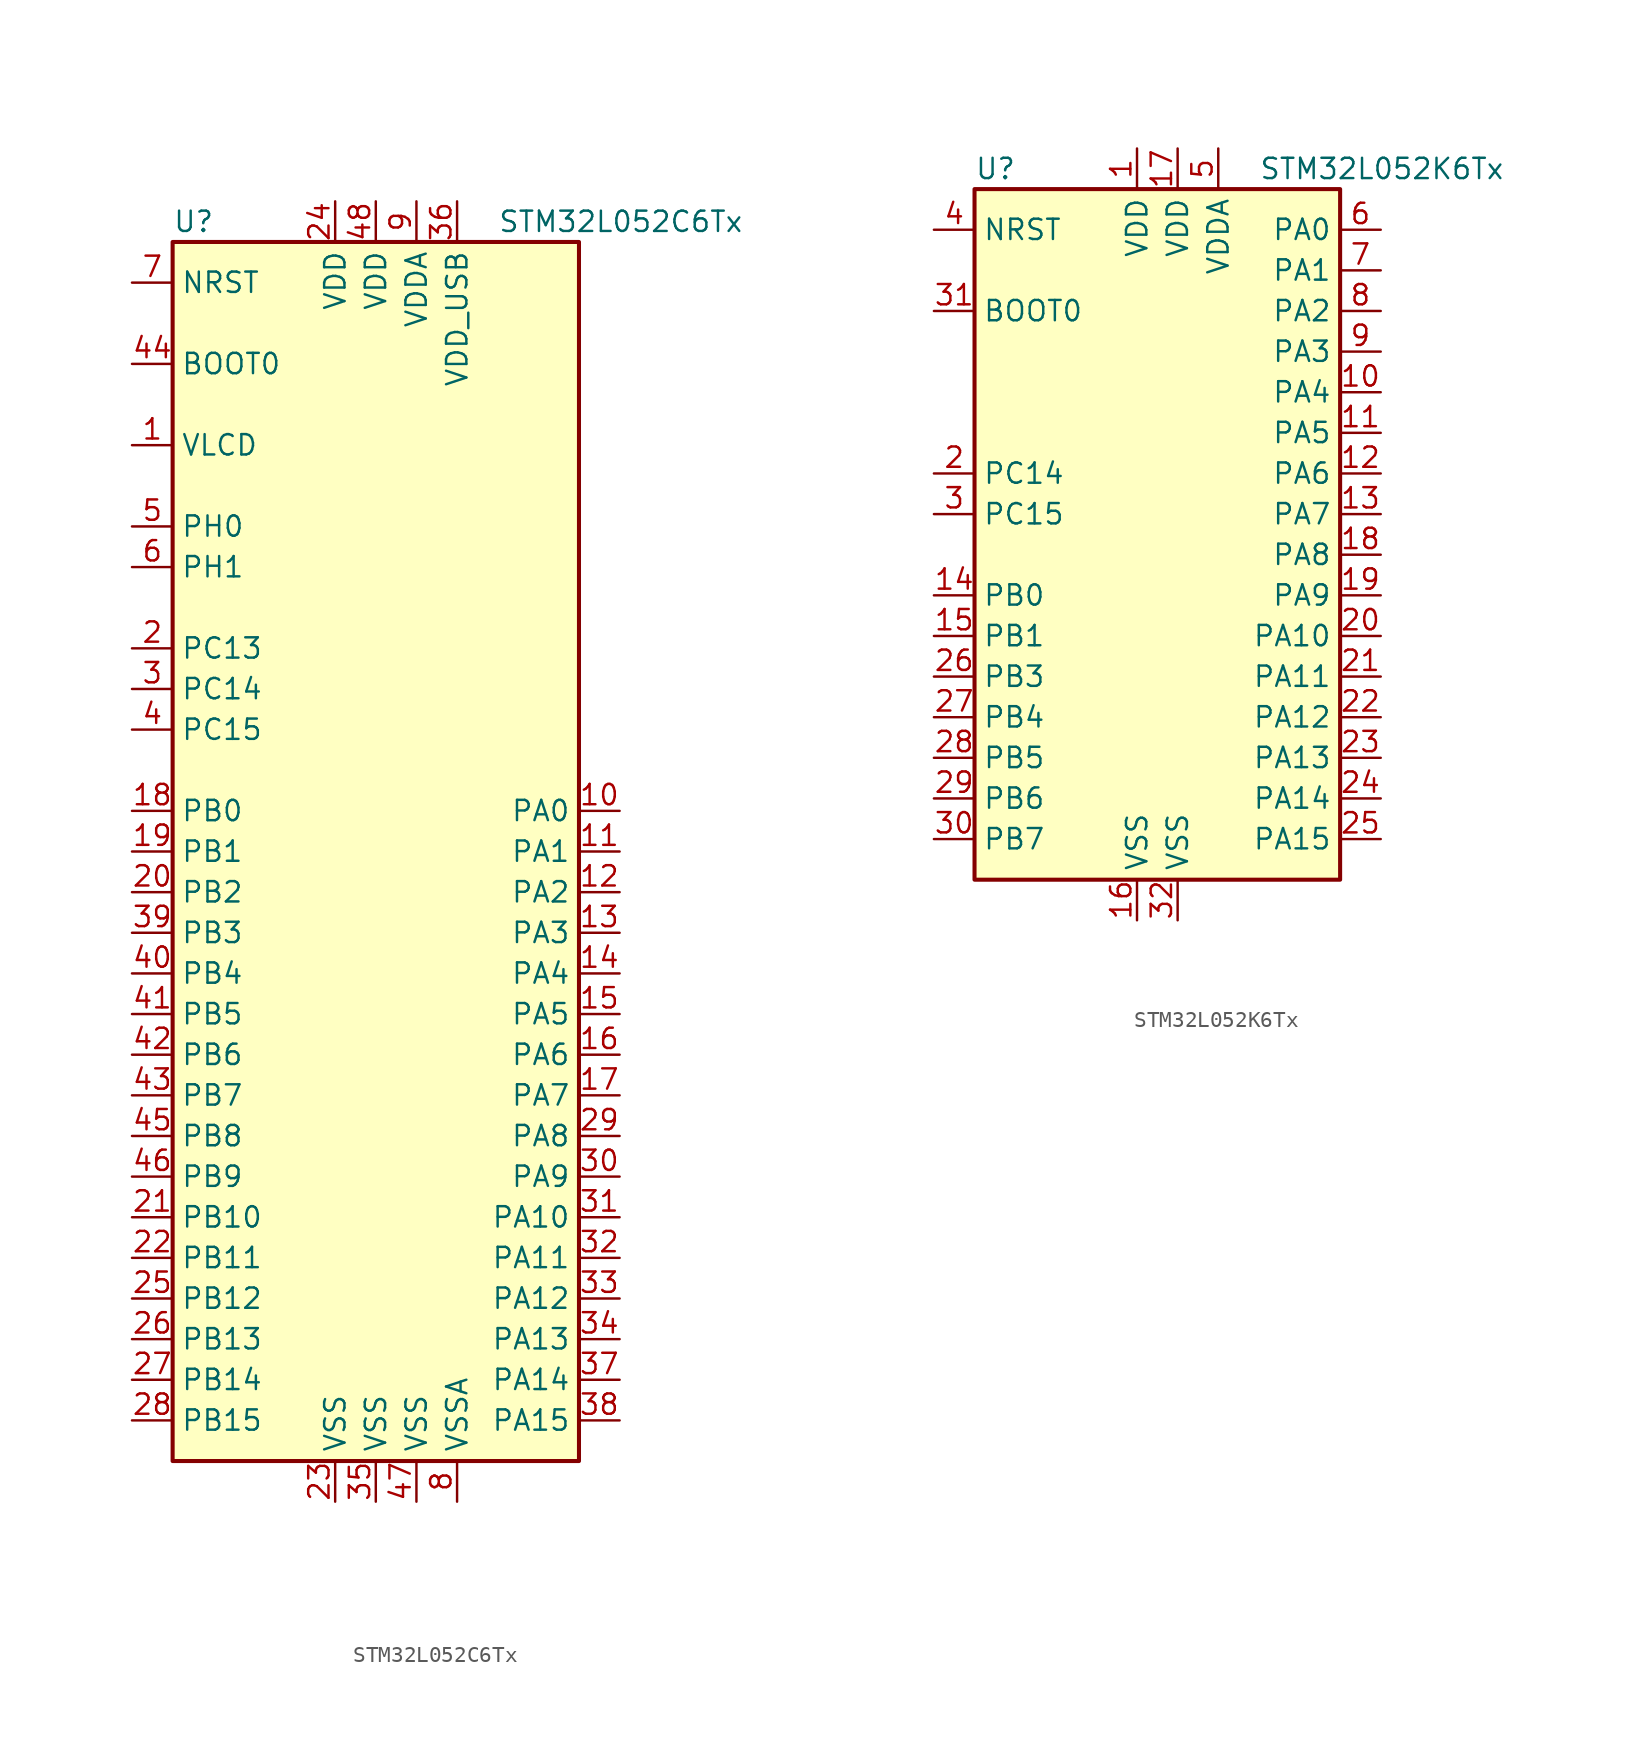
<source format=kicad_sym>
(kicad_symbol_lib
  (version 20211014)
  (generator kicad_symbol_editor)
  (symbol "STM32L052C6Tx"
    (property "Reference" "U"
      (at -12.7 39.37 0)
      (effects (font (size 1.27 1.27)) (justify left)))
    (property "Value" "STM32L052C6Tx"
      (at 7.62 39.37 0)
      (effects (font (size 1.27 1.27)) (justify left)))
    (symbol "STM32L052C6Tx_0_1"
      (rectangle (start -12.7 -38.1) (end 12.7 38.1) (stroke (width 0.254) (type default) (color 0 0 0 0)) (fill (type background))))
    (symbol "STM32L052C6Tx_1_1"
      (pin power_in line (at -15.24 25.4 0) (length 2.54) (name "VLCD" (effects (font (size 1.27 1.27)))) (number "1" (effects (font (size 1.27 1.27)))))
      (pin bidirectional line (at 15.24 2.54 180) (length 2.54) (name "PA0" (effects (font (size 1.27 1.27)))) (number "10" (effects (font (size 1.27 1.27)))))
      (pin bidirectional line (at 15.24 0 180) (length 2.54) (name "PA1" (effects (font (size 1.27 1.27)))) (number "11" (effects (font (size 1.27 1.27)))))
      (pin bidirectional line (at 15.24 -2.54 180) (length 2.54) (name "PA2" (effects (font (size 1.27 1.27)))) (number "12" (effects (font (size 1.27 1.27)))))
      (pin bidirectional line (at 15.24 -5.08 180) (length 2.54) (name "PA3" (effects (font (size 1.27 1.27)))) (number "13" (effects (font (size 1.27 1.27)))))
      (pin bidirectional line (at 15.24 -7.62 180) (length 2.54) (name "PA4" (effects (font (size 1.27 1.27)))) (number "14" (effects (font (size 1.27 1.27)))))
      (pin bidirectional line (at 15.24 -10.16 180) (length 2.54) (name "PA5" (effects (font (size 1.27 1.27)))) (number "15" (effects (font (size 1.27 1.27)))))
      (pin bidirectional line (at 15.24 -12.7 180) (length 2.54) (name "PA6" (effects (font (size 1.27 1.27)))) (number "16" (effects (font (size 1.27 1.27)))))
      (pin bidirectional line (at 15.24 -15.24 180) (length 2.54) (name "PA7" (effects (font (size 1.27 1.27)))) (number "17" (effects (font (size 1.27 1.27)))))
      (pin bidirectional line (at -15.24 2.54 0) (length 2.54) (name "PB0" (effects (font (size 1.27 1.27)))) (number "18" (effects (font (size 1.27 1.27)))))
      (pin bidirectional line (at -15.24 0 0) (length 2.54) (name "PB1" (effects (font (size 1.27 1.27)))) (number "19" (effects (font (size 1.27 1.27)))))
      (pin bidirectional line (at -15.24 12.7 0) (length 2.54) (name "PC13" (effects (font (size 1.27 1.27)))) (number "2" (effects (font (size 1.27 1.27)))))
      (pin bidirectional line (at -15.24 -2.54 0) (length 2.54) (name "PB2" (effects (font (size 1.27 1.27)))) (number "20" (effects (font (size 1.27 1.27)))))
      (pin bidirectional line (at -15.24 -22.86 0) (length 2.54) (name "PB10" (effects (font (size 1.27 1.27)))) (number "21" (effects (font (size 1.27 1.27)))))
      (pin bidirectional line (at -15.24 -25.4 0) (length 2.54) (name "PB11" (effects (font (size 1.27 1.27)))) (number "22" (effects (font (size 1.27 1.27)))))
      (pin power_in line (at -2.54 -40.64 90) (length 2.54) (name "VSS" (effects (font (size 1.27 1.27)))) (number "23" (effects (font (size 1.27 1.27)))))
      (pin power_in line (at -2.54 40.64 270) (length 2.54) (name "VDD" (effects (font (size 1.27 1.27)))) (number "24" (effects (font (size 1.27 1.27)))))
      (pin bidirectional line (at -15.24 -27.94 0) (length 2.54) (name "PB12" (effects (font (size 1.27 1.27)))) (number "25" (effects (font (size 1.27 1.27)))))
      (pin bidirectional line (at -15.24 -30.48 0) (length 2.54) (name "PB13" (effects (font (size 1.27 1.27)))) (number "26" (effects (font (size 1.27 1.27)))))
      (pin bidirectional line (at -15.24 -33.02 0) (length 2.54) (name "PB14" (effects (font (size 1.27 1.27)))) (number "27" (effects (font (size 1.27 1.27)))))
      (pin bidirectional line (at -15.24 -35.56 0) (length 2.54) (name "PB15" (effects (font (size 1.27 1.27)))) (number "28" (effects (font (size 1.27 1.27)))))
      (pin bidirectional line (at 15.24 -17.78 180) (length 2.54) (name "PA8" (effects (font (size 1.27 1.27)))) (number "29" (effects (font (size 1.27 1.27)))))
      (pin bidirectional line (at -15.24 10.16 0) (length 2.54) (name "PC14" (effects (font (size 1.27 1.27)))) (number "3" (effects (font (size 1.27 1.27)))))
      (pin bidirectional line (at 15.24 -20.32 180) (length 2.54) (name "PA9" (effects (font (size 1.27 1.27)))) (number "30" (effects (font (size 1.27 1.27)))))
      (pin bidirectional line (at 15.24 -22.86 180) (length 2.54) (name "PA10" (effects (font (size 1.27 1.27)))) (number "31" (effects (font (size 1.27 1.27)))))
      (pin bidirectional line (at 15.24 -25.4 180) (length 2.54) (name "PA11" (effects (font (size 1.27 1.27)))) (number "32" (effects (font (size 1.27 1.27)))))
      (pin bidirectional line (at 15.24 -27.94 180) (length 2.54) (name "PA12" (effects (font (size 1.27 1.27)))) (number "33" (effects (font (size 1.27 1.27)))))
      (pin bidirectional line (at 15.24 -30.48 180) (length 2.54) (name "PA13" (effects (font (size 1.27 1.27)))) (number "34" (effects (font (size 1.27 1.27)))))
      (pin power_in line (at 0 -40.64 90) (length 2.54) (name "VSS" (effects (font (size 1.27 1.27)))) (number "35" (effects (font (size 1.27 1.27)))))
      (pin power_in line (at 5.08 40.64 270) (length 2.54) (name "VDD_USB" (effects (font (size 1.27 1.27)))) (number "36" (effects (font (size 1.27 1.27)))))
      (pin bidirectional line (at 15.24 -33.02 180) (length 2.54) (name "PA14" (effects (font (size 1.27 1.27)))) (number "37" (effects (font (size 1.27 1.27)))))
      (pin bidirectional line (at 15.24 -35.56 180) (length 2.54) (name "PA15" (effects (font (size 1.27 1.27)))) (number "38" (effects (font (size 1.27 1.27)))))
      (pin bidirectional line (at -15.24 -5.08 0) (length 2.54) (name "PB3" (effects (font (size 1.27 1.27)))) (number "39" (effects (font (size 1.27 1.27)))))
      (pin bidirectional line (at -15.24 7.62 0) (length 2.54) (name "PC15" (effects (font (size 1.27 1.27)))) (number "4" (effects (font (size 1.27 1.27)))))
      (pin bidirectional line (at -15.24 -7.62 0) (length 2.54) (name "PB4" (effects (font (size 1.27 1.27)))) (number "40" (effects (font (size 1.27 1.27)))))
      (pin bidirectional line (at -15.24 -10.16 0) (length 2.54) (name "PB5" (effects (font (size 1.27 1.27)))) (number "41" (effects (font (size 1.27 1.27)))))
      (pin bidirectional line (at -15.24 -12.7 0) (length 2.54) (name "PB6" (effects (font (size 1.27 1.27)))) (number "42" (effects (font (size 1.27 1.27)))))
      (pin bidirectional line (at -15.24 -15.24 0) (length 2.54) (name "PB7" (effects (font (size 1.27 1.27)))) (number "43" (effects (font (size 1.27 1.27)))))
      (pin input line (at -15.24 30.48 0) (length 2.54) (name "BOOT0" (effects (font (size 1.27 1.27)))) (number "44" (effects (font (size 1.27 1.27)))))
      (pin bidirectional line (at -15.24 -17.78 0) (length 2.54) (name "PB8" (effects (font (size 1.27 1.27)))) (number "45" (effects (font (size 1.27 1.27)))))
      (pin bidirectional line (at -15.24 -20.32 0) (length 2.54) (name "PB9" (effects (font (size 1.27 1.27)))) (number "46" (effects (font (size 1.27 1.27)))))
      (pin power_in line (at 2.54 -40.64 90) (length 2.54) (name "VSS" (effects (font (size 1.27 1.27)))) (number "47" (effects (font (size 1.27 1.27)))))
      (pin power_in line (at 0 40.64 270) (length 2.54) (name "VDD" (effects (font (size 1.27 1.27)))) (number "48" (effects (font (size 1.27 1.27)))))
      (pin input line (at -15.24 20.32 0) (length 2.54) (name "PH0" (effects (font (size 1.27 1.27)))) (number "5" (effects (font (size 1.27 1.27)))))
      (pin input line (at -15.24 17.78 0) (length 2.54) (name "PH1" (effects (font (size 1.27 1.27)))) (number "6" (effects (font (size 1.27 1.27)))))
      (pin input line (at -15.24 35.56 0) (length 2.54) (name "NRST" (effects (font (size 1.27 1.27)))) (number "7" (effects (font (size 1.27 1.27)))))
      (pin power_in line (at 5.08 -40.64 90) (length 2.54) (name "VSSA" (effects (font (size 1.27 1.27)))) (number "8" (effects (font (size 1.27 1.27)))))
      (pin power_in line (at 2.54 40.64 270) (length 2.54) (name "VDDA" (effects (font (size 1.27 1.27)))) (number "9" (effects (font (size 1.27 1.27)))))))
  (symbol "STM32L052K6Tx"
    (property "Reference" "U"
      (at -12.7 21.59 0)
      (effects (font (size 1.27 1.27)) (justify left)))
    (property "Value" "STM32L052K6Tx"
      (at 5.08 21.59 0)
      (effects (font (size 1.27 1.27)) (justify left)))
    (symbol "STM32L052K6Tx_0_1"
      (rectangle (start -12.7 -22.86) (end 10.16 20.32) (stroke (width 0.254) (type default) (color 0 0 0 0)) (fill (type background))))
    (symbol "STM32L052K6Tx_1_1"
      (pin power_in line (at -2.54 22.86 270) (length 2.54) (name "VDD" (effects (font (size 1.27 1.27)))) (number "1" (effects (font (size 1.27 1.27)))))
      (pin bidirectional line (at 12.7 7.62 180) (length 2.54) (name "PA4" (effects (font (size 1.27 1.27)))) (number "10" (effects (font (size 1.27 1.27)))))
      (pin bidirectional line (at 12.7 5.08 180) (length 2.54) (name "PA5" (effects (font (size 1.27 1.27)))) (number "11" (effects (font (size 1.27 1.27)))))
      (pin bidirectional line (at 12.7 2.54 180) (length 2.54) (name "PA6" (effects (font (size 1.27 1.27)))) (number "12" (effects (font (size 1.27 1.27)))))
      (pin bidirectional line (at 12.7 0 180) (length 2.54) (name "PA7" (effects (font (size 1.27 1.27)))) (number "13" (effects (font (size 1.27 1.27)))))
      (pin bidirectional line (at -15.24 -5.08 0) (length 2.54) (name "PB0" (effects (font (size 1.27 1.27)))) (number "14" (effects (font (size 1.27 1.27)))))
      (pin bidirectional line (at -15.24 -7.62 0) (length 2.54) (name "PB1" (effects (font (size 1.27 1.27)))) (number "15" (effects (font (size 1.27 1.27)))))
      (pin power_in line (at -2.54 -25.4 90) (length 2.54) (name "VSS" (effects (font (size 1.27 1.27)))) (number "16" (effects (font (size 1.27 1.27)))))
      (pin power_in line (at 0 22.86 270) (length 2.54) (name "VDD" (effects (font (size 1.27 1.27)))) (number "17" (effects (font (size 1.27 1.27)))))
      (pin bidirectional line (at 12.7 -2.54 180) (length 2.54) (name "PA8" (effects (font (size 1.27 1.27)))) (number "18" (effects (font (size 1.27 1.27)))))
      (pin bidirectional line (at 12.7 -5.08 180) (length 2.54) (name "PA9" (effects (font (size 1.27 1.27)))) (number "19" (effects (font (size 1.27 1.27)))))
      (pin bidirectional line (at -15.24 2.54 0) (length 2.54) (name "PC14" (effects (font (size 1.27 1.27)))) (number "2" (effects (font (size 1.27 1.27)))))
      (pin bidirectional line (at 12.7 -7.62 180) (length 2.54) (name "PA10" (effects (font (size 1.27 1.27)))) (number "20" (effects (font (size 1.27 1.27)))))
      (pin bidirectional line (at 12.7 -10.16 180) (length 2.54) (name "PA11" (effects (font (size 1.27 1.27)))) (number "21" (effects (font (size 1.27 1.27)))))
      (pin bidirectional line (at 12.7 -12.7 180) (length 2.54) (name "PA12" (effects (font (size 1.27 1.27)))) (number "22" (effects (font (size 1.27 1.27)))))
      (pin bidirectional line (at 12.7 -15.24 180) (length 2.54) (name "PA13" (effects (font (size 1.27 1.27)))) (number "23" (effects (font (size 1.27 1.27)))))
      (pin bidirectional line (at 12.7 -17.78 180) (length 2.54) (name "PA14" (effects (font (size 1.27 1.27)))) (number "24" (effects (font (size 1.27 1.27)))))
      (pin bidirectional line (at 12.7 -20.32 180) (length 2.54) (name "PA15" (effects (font (size 1.27 1.27)))) (number "25" (effects (font (size 1.27 1.27)))))
      (pin bidirectional line (at -15.24 -10.16 0) (length 2.54) (name "PB3" (effects (font (size 1.27 1.27)))) (number "26" (effects (font (size 1.27 1.27)))))
      (pin bidirectional line (at -15.24 -12.7 0) (length 2.54) (name "PB4" (effects (font (size 1.27 1.27)))) (number "27" (effects (font (size 1.27 1.27)))))
      (pin bidirectional line (at -15.24 -15.24 0) (length 2.54) (name "PB5" (effects (font (size 1.27 1.27)))) (number "28" (effects (font (size 1.27 1.27)))))
      (pin bidirectional line (at -15.24 -17.78 0) (length 2.54) (name "PB6" (effects (font (size 1.27 1.27)))) (number "29" (effects (font (size 1.27 1.27)))))
      (pin bidirectional line (at -15.24 0 0) (length 2.54) (name "PC15" (effects (font (size 1.27 1.27)))) (number "3" (effects (font (size 1.27 1.27)))))
      (pin bidirectional line (at -15.24 -20.32 0) (length 2.54) (name "PB7" (effects (font (size 1.27 1.27)))) (number "30" (effects (font (size 1.27 1.27)))))
      (pin input line (at -15.24 12.7 0) (length 2.54) (name "BOOT0" (effects (font (size 1.27 1.27)))) (number "31" (effects (font (size 1.27 1.27)))))
      (pin power_in line (at 0 -25.4 90) (length 2.54) (name "VSS" (effects (font (size 1.27 1.27)))) (number "32" (effects (font (size 1.27 1.27)))))
      (pin input line (at -15.24 17.78 0) (length 2.54) (name "NRST" (effects (font (size 1.27 1.27)))) (number "4" (effects (font (size 1.27 1.27)))))
      (pin power_in line (at 2.54 22.86 270) (length 2.54) (name "VDDA" (effects (font (size 1.27 1.27)))) (number "5" (effects (font (size 1.27 1.27)))))
      (pin bidirectional line (at 12.7 17.78 180) (length 2.54) (name "PA0" (effects (font (size 1.27 1.27)))) (number "6" (effects (font (size 1.27 1.27)))))
      (pin bidirectional line (at 12.7 15.24 180) (length 2.54) (name "PA1" (effects (font (size 1.27 1.27)))) (number "7" (effects (font (size 1.27 1.27)))))
      (pin bidirectional line (at 12.7 12.7 180) (length 2.54) (name "PA2" (effects (font (size 1.27 1.27)))) (number "8" (effects (font (size 1.27 1.27)))))
      (pin bidirectional line (at 12.7 10.16 180) (length 2.54) (name "PA3" (effects (font (size 1.27 1.27)))) (number "9" (effects (font (size 1.27 1.27))))))))
</source>
